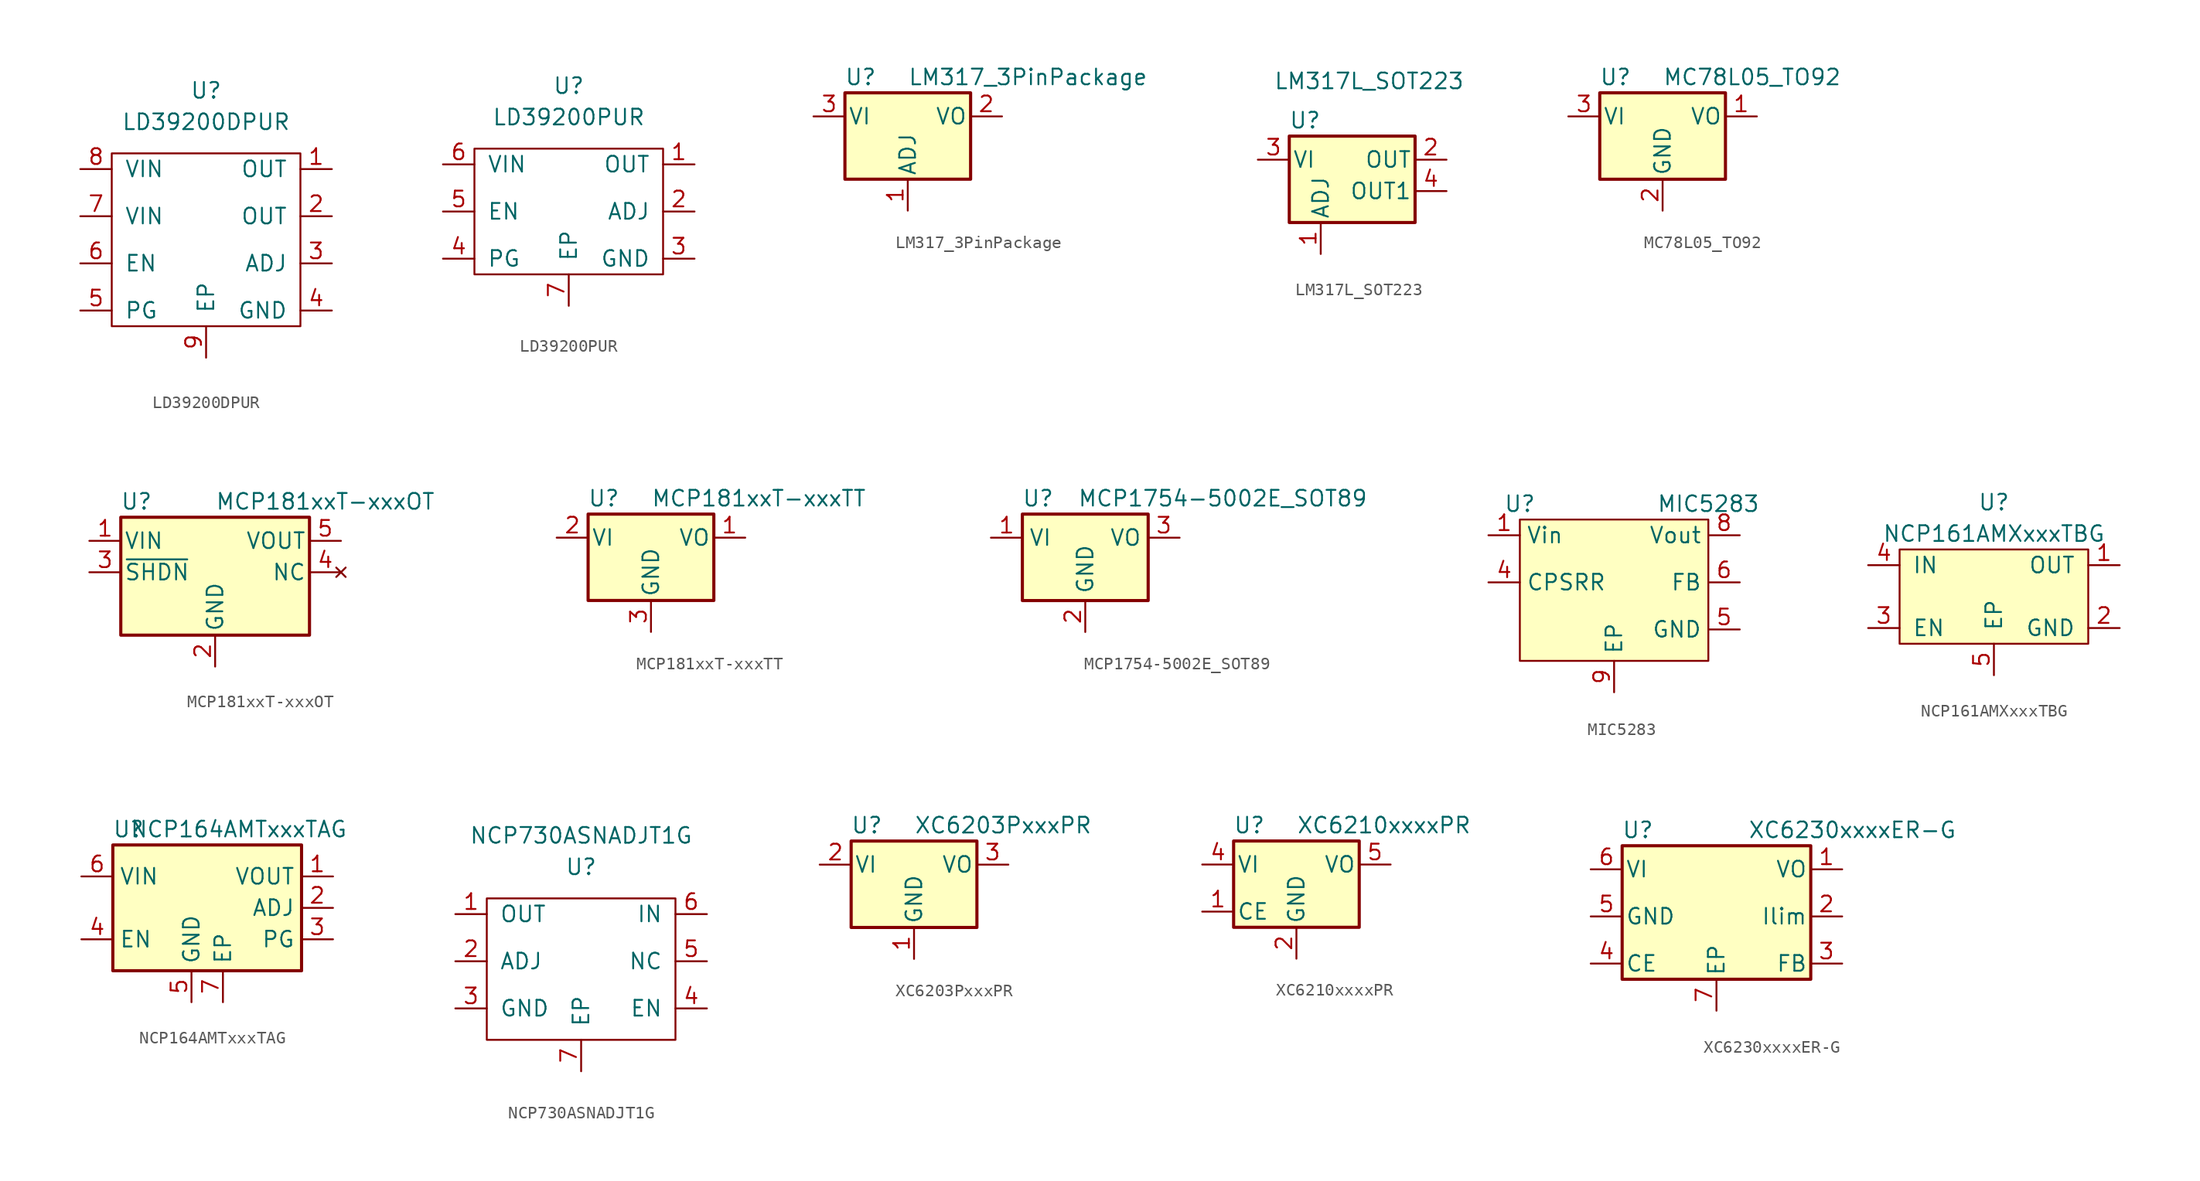
<source format=kicad_sym>
(kicad_symbol_lib
  (version 20211014)
  (generator kicad_symbol_editor)
  (symbol "LD39200DPUR"
    (pin_names
      (offset 1.016))
    (property "Reference" "U"
      (at 0 12.065 0)
      (effects (font (size 1.27 1.27))))
    (property "Value" "LD39200DPUR"
      (at 0 9.525 0)
      (effects (font (size 1.27 1.27))))
    (symbol "LD39200DPUR_0_1"
      (rectangle (start -7.62 6.985) (end 7.62 -6.985) (stroke (width 0) (type default) (color 0 0 0 0)) (fill (type none))))
    (symbol "LD39200DPUR_1_1"
      (pin input line (at 10.16 5.715 180) (length 2.54) (name "OUT" (effects (font (size 1.27 1.27)))) (number "1" (effects (font (size 1.27 1.27)))))
      (pin input line (at 10.16 1.905 180) (length 2.54) (name "OUT" (effects (font (size 1.27 1.27)))) (number "2" (effects (font (size 1.27 1.27)))))
      (pin input line (at 10.16 -1.905 180) (length 2.54) (name "ADJ" (effects (font (size 1.27 1.27)))) (number "3" (effects (font (size 1.27 1.27)))))
      (pin input line (at 10.16 -5.715 180) (length 2.54) (name "GND" (effects (font (size 1.27 1.27)))) (number "4" (effects (font (size 1.27 1.27)))))
      (pin input line (at -10.16 -5.715 0) (length 2.54) (name "PG" (effects (font (size 1.27 1.27)))) (number "5" (effects (font (size 1.27 1.27)))))
      (pin input line (at -10.16 -1.905 0) (length 2.54) (name "EN" (effects (font (size 1.27 1.27)))) (number "6" (effects (font (size 1.27 1.27)))))
      (pin input line (at -10.16 1.905 0) (length 2.54) (name "VIN" (effects (font (size 1.27 1.27)))) (number "7" (effects (font (size 1.27 1.27)))))
      (pin input line (at -10.16 5.715 0) (length 2.54) (name "VIN" (effects (font (size 1.27 1.27)))) (number "8" (effects (font (size 1.27 1.27)))))
      (pin input line (at 0 -9.525 90) (length 2.54) (name "EP" (effects (font (size 1.27 1.27)))) (number "9" (effects (font (size 1.27 1.27)))))))
  (symbol "LD39200PUR"
    (pin_names
      (offset 1.016))
    (property "Reference" "U"
      (at 0 10.16 0)
      (effects (font (size 1.27 1.27))))
    (property "Value" "LD39200PUR"
      (at 0 7.62 0)
      (effects (font (size 1.27 1.27))))
    (symbol "LD39200PUR_0_1"
      (rectangle (start -7.62 5.08) (end 7.62 -5.08) (stroke (width 0) (type default) (color 0 0 0 0)) (fill (type none))))
    (symbol "LD39200PUR_1_1"
      (pin input line (at 10.16 3.81 180) (length 2.54) (name "OUT" (effects (font (size 1.27 1.27)))) (number "1" (effects (font (size 1.27 1.27)))))
      (pin input line (at 10.16 0 180) (length 2.54) (name "ADJ" (effects (font (size 1.27 1.27)))) (number "2" (effects (font (size 1.27 1.27)))))
      (pin input line (at 10.16 -3.81 180) (length 2.54) (name "GND" (effects (font (size 1.27 1.27)))) (number "3" (effects (font (size 1.27 1.27)))))
      (pin input line (at -10.16 -3.81 0) (length 2.54) (name "PG" (effects (font (size 1.27 1.27)))) (number "4" (effects (font (size 1.27 1.27)))))
      (pin input line (at -10.16 0 0) (length 2.54) (name "EN" (effects (font (size 1.27 1.27)))) (number "5" (effects (font (size 1.27 1.27)))))
      (pin input line (at -10.16 3.81 0) (length 2.54) (name "VIN" (effects (font (size 1.27 1.27)))) (number "6" (effects (font (size 1.27 1.27)))))
      (pin input line (at 0 -7.62 90) (length 2.54) (name "EP" (effects (font (size 1.27 1.27)))) (number "7" (effects (font (size 1.27 1.27)))))))
  (symbol "LM317_3PinPackage"
    (pin_names
      (offset 0.254))
    (property "Reference" "U"
      (at -3.81 3.175 0)
      (effects (font (size 1.27 1.27))))
    (property "Value" "LM317_3PinPackage"
      (at 0 3.175 0)
      (effects (font (size 1.27 1.27)) (justify left)))
    (symbol "LM317_3PinPackage_0_1"
      (rectangle (start -5.08 1.905) (end 5.08 -5.08) (stroke (width 0.254) (type default) (color 0 0 0 0)) (fill (type background))))
    (symbol "LM317_3PinPackage_1_1"
      (pin input line (at 0 -7.62 90) (length 2.54) (name "ADJ" (effects (font (size 1.27 1.27)))) (number "1" (effects (font (size 1.27 1.27)))))
      (pin power_out line (at 7.62 0 180) (length 2.54) (name "VO" (effects (font (size 1.27 1.27)))) (number "2" (effects (font (size 1.27 1.27)))))
      (pin power_in line (at -7.62 0 0) (length 2.54) (name "VI" (effects (font (size 1.27 1.27)))) (number "3" (effects (font (size 1.27 1.27)))))))
  (symbol "LM317L_SOT223"
    (pin_names
      (offset 0.254))
    (property "Reference" "U"
      (at -3.81 3.175 0)
      (effects (font (size 1.27 1.27))))
    (property "Value" "LM317L_SOT223"
      (at -6.35 6.35 0)
      (effects (font (size 1.27 1.27)) (justify left)))
    (symbol "LM317L_SOT223_0_1"
      (rectangle (start -5.08 1.905) (end 5.08 -5.08) (stroke (width 0.254) (type default) (color 0 0 0 0)) (fill (type background))))
    (symbol "LM317L_SOT223_1_1"
      (pin input line (at -2.54 -7.62 90) (length 2.54) (name "ADJ" (effects (font (size 1.27 1.27)))) (number "1" (effects (font (size 1.27 1.27)))))
      (pin input line (at 7.62 0 180) (length 2.54) (name "OUT" (effects (font (size 1.27 1.27)))) (number "2" (effects (font (size 1.27 1.27)))))
      (pin power_in line (at -7.62 0 0) (length 2.54) (name "VI" (effects (font (size 1.27 1.27)))) (number "3" (effects (font (size 1.27 1.27)))))
      (pin input line (at 7.62 -2.54 180) (length 2.54) (name "OUT1" (effects (font (size 1.27 1.27)))) (number "4" (effects (font (size 1.27 1.27)))))))
  (symbol "MC78L05_TO92"
    (pin_names
      (offset 0.254))
    (property "Reference" "U"
      (at -3.81 3.175 0)
      (effects (font (size 1.27 1.27))))
    (property "Value" "MC78L05_TO92"
      (at 0 3.175 0)
      (effects (font (size 1.27 1.27)) (justify left)))
    (symbol "MC78L05_TO92_0_1"
      (rectangle (start -5.08 -5.08) (end 5.08 1.905) (stroke (width 0.254) (type default) (color 0 0 0 0)) (fill (type background))))
    (symbol "MC78L05_TO92_1_1"
      (pin power_out line (at 7.62 0 180) (length 2.54) (name "VO" (effects (font (size 1.27 1.27)))) (number "1" (effects (font (size 1.27 1.27)))))
      (pin power_in line (at 0 -7.62 90) (length 2.54) (name "GND" (effects (font (size 1.27 1.27)))) (number "2" (effects (font (size 1.27 1.27)))))
      (pin power_in line (at -7.62 0 0) (length 2.54) (name "VI" (effects (font (size 1.27 1.27)))) (number "3" (effects (font (size 1.27 1.27)))))))
  (symbol "MCP181xxT-xxxOT"
    (pin_names
      (offset 0.254))
    (property "Reference" "U"
      (at -6.35 5.715 0)
      (effects (font (size 1.27 1.27))))
    (property "Value" "MCP181xxT-xxxOT"
      (at 0 5.715 0)
      (effects (font (size 1.27 1.27)) (justify left)))
    (symbol "MCP181xxT-xxxOT_0_1"
      (rectangle (start -7.62 -5.08) (end 7.62 4.445) (stroke (width 0.254) (type default) (color 0 0 0 0)) (fill (type background))))
    (symbol "MCP181xxT-xxxOT_1_1"
      (pin power_in line (at -10.16 2.54 0) (length 2.54) (name "VIN" (effects (font (size 1.27 1.27)))) (number "1" (effects (font (size 1.27 1.27)))))
      (pin power_in line (at 0 -7.62 90) (length 2.54) (name "GND" (effects (font (size 1.27 1.27)))) (number "2" (effects (font (size 1.27 1.27)))))
      (pin input line (at -10.16 0 0) (length 2.54) (name "~{SHDN}" (effects (font (size 1.27 1.27)))) (number "3" (effects (font (size 1.27 1.27)))))
      (pin no_connect line (at 10.16 0 180) (length 2.54) (name "NC" (effects (font (size 1.27 1.27)))) (number "4" (effects (font (size 1.27 1.27)))))
      (pin power_out line (at 10.16 2.54 180) (length 2.54) (name "VOUT" (effects (font (size 1.27 1.27)))) (number "5" (effects (font (size 1.27 1.27)))))))
  (symbol "MCP181xxT-xxxTT"
    (pin_names
      (offset 0.254))
    (property "Reference" "U"
      (at -3.81 3.175 0)
      (effects (font (size 1.27 1.27))))
    (property "Value" "MCP181xxT-xxxTT"
      (at 0 3.175 0)
      (effects (font (size 1.27 1.27)) (justify left)))
    (symbol "MCP181xxT-xxxTT_0_1"
      (rectangle (start -5.08 -5.08) (end 5.08 1.905) (stroke (width 0.254) (type default) (color 0 0 0 0)) (fill (type background))))
    (symbol "MCP181xxT-xxxTT_1_1"
      (pin power_out line (at 7.62 0 180) (length 2.54) (name "VO" (effects (font (size 1.27 1.27)))) (number "1" (effects (font (size 1.27 1.27)))))
      (pin power_in line (at -7.62 0 0) (length 2.54) (name "VI" (effects (font (size 1.27 1.27)))) (number "2" (effects (font (size 1.27 1.27)))))
      (pin power_in line (at 0 -7.62 90) (length 2.54) (name "GND" (effects (font (size 1.27 1.27)))) (number "3" (effects (font (size 1.27 1.27)))))))
  (symbol "MCP1754-5002E_SOT89"
    (property "Reference" "U"
      (at -3.81 3.175 0)
      (effects (font (size 1.27 1.27))))
    (property "Value" "MCP1754-5002E_SOT89"
      (at -0.635 3.175 0)
      (effects (font (size 1.27 1.27)) (justify left)))
    (symbol "MCP1754-5002E_SOT89_0_1"
      (rectangle (start -5.08 -5.08) (end 5.08 1.905) (stroke (width 0.254) (type default) (color 0 0 0 0)) (fill (type background))))
    (symbol "MCP1754-5002E_SOT89_1_1"
      (pin power_in line (at -7.62 0 0) (length 2.54) (name "VI" (effects (font (size 1.27 1.27)))) (number "1" (effects (font (size 1.27 1.27)))))
      (pin power_in line (at 0 -7.62 90) (length 2.54) (name "GND" (effects (font (size 1.27 1.27)))) (number "2" (effects (font (size 1.27 1.27)))))
      (pin power_out line (at 7.62 0 180) (length 2.54) (name "VO" (effects (font (size 1.27 1.27)))) (number "3" (effects (font (size 1.27 1.27)))))))
  (symbol "MIC5283"
    (property "Reference" "U"
      (at -7.62 6.35 0)
      (effects (font (size 1.27 1.27))))
    (property "Value" "MIC5283"
      (at 7.62 6.35 0)
      (effects (font (size 1.27 1.27))))
    (symbol "MIC5283_0_1"
      (rectangle (start -7.62 5.08) (end 7.62 -6.35) (stroke (width 0.152) (type default) (color 0 0 0 0)) (fill (type background))))
    (symbol "MIC5283_1_1"
      (pin power_in line (at -10.16 3.81 0) (length 2.54) (name "Vin" (effects (font (size 1.27 1.27)))) (number "1" (effects (font (size 1.27 1.27)))))
      (pin power_in line (at -10.16 0 0) (length 2.54) (name "CPSRR" (effects (font (size 1.27 1.27)))) (number "4" (effects (font (size 1.27 1.27)))))
      (pin power_in line (at 10.16 -3.81 180) (length 2.54) (name "GND" (effects (font (size 1.27 1.27)))) (number "5" (effects (font (size 1.27 1.27)))))
      (pin power_in line (at 10.16 0 180) (length 2.54) (name "FB" (effects (font (size 1.27 1.27)))) (number "6" (effects (font (size 1.27 1.27)))))
      (pin power_in line (at 10.16 3.81 180) (length 2.54) (name "Vout" (effects (font (size 1.27 1.27)))) (number "8" (effects (font (size 1.27 1.27)))))
      (pin power_in line (at 0 -8.89 90) (length 2.54) (name "EP" (effects (font (size 1.27 1.27)))) (number "9" (effects (font (size 1.27 1.27)))))))
  (symbol "NCP161AMXxxxTBG"
    (pin_names
      (offset 1.016))
    (property "Reference" "U"
      (at 0 7.62 0)
      (effects (font (size 1.27 1.27))))
    (property "Value" "NCP161AMXxxxTBG"
      (at 0 5.08 0)
      (effects (font (size 1.27 1.27))))
    (symbol "NCP161AMXxxxTBG_0_1"
      (rectangle (start -7.62 3.81) (end 7.62 -3.81) (stroke (width 0) (type default) (color 0 0 0 0)) (fill (type background))))
    (symbol "NCP161AMXxxxTBG_1_1"
      (pin input line (at 10.16 2.54 180) (length 2.54) (name "OUT" (effects (font (size 1.27 1.27)))) (number "1" (effects (font (size 1.27 1.27)))))
      (pin input line (at 10.16 -2.54 180) (length 2.54) (name "GND" (effects (font (size 1.27 1.27)))) (number "2" (effects (font (size 1.27 1.27)))))
      (pin input line (at -10.16 -2.54 0) (length 2.54) (name "EN" (effects (font (size 1.27 1.27)))) (number "3" (effects (font (size 1.27 1.27)))))
      (pin input line (at -10.16 2.54 0) (length 2.54) (name "IN" (effects (font (size 1.27 1.27)))) (number "4" (effects (font (size 1.27 1.27)))))
      (pin input line (at 0 -6.35 90) (length 2.54) (name "EP" (effects (font (size 1.27 1.27)))) (number "5" (effects (font (size 1.27 1.27)))))))
  (symbol "NCP164AMTxxxTAG"
    (property "Reference" "U"
      (at -6.35 6.35 0)
      (effects (font (size 1.27 1.27))))
    (property "Value" "NCP164AMTxxxTAG"
      (at 2.54 6.35 0)
      (effects (font (size 1.27 1.27))))
    (symbol "NCP164AMTxxxTAG_1_1"
      (rectangle (start -7.62 5.08) (end 7.62 -5.08) (stroke (width 0.254) (type default) (color 0 0 0 0)) (fill (type background)))
      (pin power_out line (at 10.16 2.54 180) (length 2.54) (name "VOUT" (effects (font (size 1.27 1.27)))) (number "1" (effects (font (size 1.27 1.27)))))
      (pin input line (at 10.16 0 180) (length 2.54) (name "ADJ" (effects (font (size 1.27 1.27)))) (number "2" (effects (font (size 1.27 1.27)))))
      (pin output line (at 10.16 -2.54 180) (length 2.54) (name "PG" (effects (font (size 1.27 1.27)))) (number "3" (effects (font (size 1.27 1.27)))))
      (pin input line (at -10.16 -2.54 0) (length 2.54) (name "EN" (effects (font (size 1.27 1.27)))) (number "4" (effects (font (size 1.27 1.27)))))
      (pin power_in line (at -1.27 -7.62 90) (length 2.54) (name "GND" (effects (font (size 1.27 1.27)))) (number "5" (effects (font (size 1.27 1.27)))))
      (pin power_in line (at -10.16 2.54 0) (length 2.54) (name "VIN" (effects (font (size 1.27 1.27)))) (number "6" (effects (font (size 1.27 1.27)))))
      (pin power_in line (at 1.27 -7.62 90) (length 2.54) (name "EP" (effects (font (size 1.27 1.27)))) (number "7" (effects (font (size 1.27 1.27)))))))
  (symbol "NCP730ASNADJT1G"
    (pin_names
      (offset 1.016))
    (property "Reference" "U"
      (at 0 7.62 0)
      (effects (font (size 1.27 1.27))))
    (property "Value" "NCP730ASNADJT1G"
      (at 0 10.16 0)
      (effects (font (size 1.27 1.27))))
    (symbol "NCP730ASNADJT1G_0_1"
      (rectangle (start 7.62 5.08) (end -7.62 -6.35) (stroke (width 0) (type default) (color 0 0 0 0)) (fill (type none))))
    (symbol "NCP730ASNADJT1G_1_1"
      (pin input line (at -10.16 3.81 0) (length 2.54) (name "OUT" (effects (font (size 1.27 1.27)))) (number "1" (effects (font (size 1.27 1.27)))))
      (pin input line (at -10.16 0 0) (length 2.54) (name "ADJ" (effects (font (size 1.27 1.27)))) (number "2" (effects (font (size 1.27 1.27)))))
      (pin input line (at -10.16 -3.81 0) (length 2.54) (name "GND" (effects (font (size 1.27 1.27)))) (number "3" (effects (font (size 1.27 1.27)))))
      (pin input line (at 10.16 -3.81 180) (length 2.54) (name "EN" (effects (font (size 1.27 1.27)))) (number "4" (effects (font (size 1.27 1.27)))))
      (pin input line (at 10.16 0 180) (length 2.54) (name "NC" (effects (font (size 1.27 1.27)))) (number "5" (effects (font (size 1.27 1.27)))))
      (pin input line (at 10.16 3.81 180) (length 2.54) (name "IN" (effects (font (size 1.27 1.27)))) (number "6" (effects (font (size 1.27 1.27)))))
      (pin input line (at 0 -8.89 90) (length 2.54) (name "EP" (effects (font (size 1.27 1.27)))) (number "7" (effects (font (size 1.27 1.27)))))))
  (symbol "XC6203PxxxPR"
    (pin_names
      (offset 0.254))
    (property "Reference" "U"
      (at -3.81 3.175 0)
      (effects (font (size 1.27 1.27))))
    (property "Value" "XC6203PxxxPR"
      (at 0 3.175 0)
      (effects (font (size 1.27 1.27)) (justify left)))
    (symbol "XC6203PxxxPR_0_1"
      (rectangle (start -5.08 1.905) (end 5.08 -5.08) (stroke (width 0.254) (type default) (color 0 0 0 0)) (fill (type background))))
    (symbol "XC6203PxxxPR_1_1"
      (pin power_in line (at 0 -7.62 90) (length 2.54) (name "GND" (effects (font (size 1.27 1.27)))) (number "1" (effects (font (size 1.27 1.27)))))
      (pin power_in line (at -7.62 0 0) (length 2.54) (name "VI" (effects (font (size 1.27 1.27)))) (number "2" (effects (font (size 1.27 1.27)))))
      (pin power_out line (at 7.62 0 180) (length 2.54) (name "VO" (effects (font (size 1.27 1.27)))) (number "3" (effects (font (size 1.27 1.27)))))))
  (symbol "XC6210xxxxPR"
    (pin_names
      (offset 0.254))
    (property "Reference" "U"
      (at -3.81 3.175 0)
      (effects (font (size 1.27 1.27))))
    (property "Value" "XC6210xxxxPR"
      (at 0 3.175 0)
      (effects (font (size 1.27 1.27)) (justify left)))
    (symbol "XC6210xxxxPR_0_1"
      (rectangle (start -5.08 1.905) (end 5.08 -5.08) (stroke (width 0.254) (type default) (color 0 0 0 0)) (fill (type background))))
    (symbol "XC6210xxxxPR_1_1"
      (pin power_in line (at -7.62 -3.81 0) (length 2.54) (name "CE" (effects (font (size 1.27 1.27)))) (number "1" (effects (font (size 1.27 1.27)))))
      (pin power_in line (at 0 -7.62 90) (length 2.54) (name "GND" (effects (font (size 1.27 1.27)))) (number "2" (effects (font (size 1.27 1.27)))))
      (pin power_in line (at -7.62 0 0) (length 2.54) (name "VI" (effects (font (size 1.27 1.27)))) (number "4" (effects (font (size 1.27 1.27)))))
      (pin power_out line (at 7.62 0 180) (length 2.54) (name "VO" (effects (font (size 1.27 1.27)))) (number "5" (effects (font (size 1.27 1.27)))))))
  (symbol "XC6230xxxxER-G"
    (pin_names
      (offset 0.254))
    (property "Reference" "U"
      (at -6.35 6.985 0)
      (effects (font (size 1.27 1.27))))
    (property "Value" "XC6230xxxxER-G"
      (at 2.54 6.985 0)
      (effects (font (size 1.27 1.27)) (justify left)))
    (symbol "XC6230xxxxER-G_0_1"
      (rectangle (start -7.62 5.715) (end 7.62 -5.08) (stroke (width 0.254) (type default) (color 0 0 0 0)) (fill (type background))))
    (symbol "XC6230xxxxER-G_1_1"
      (pin power_out line (at 10.16 3.81 180) (length 2.54) (name "VO" (effects (font (size 1.27 1.27)))) (number "1" (effects (font (size 1.27 1.27)))))
      (pin power_in line (at 10.16 0 180) (length 2.54) (name "Ilim" (effects (font (size 1.27 1.27)))) (number "2" (effects (font (size 1.27 1.27)))))
      (pin power_out line (at 10.16 -3.81 180) (length 2.54) (name "FB" (effects (font (size 1.27 1.27)))) (number "3" (effects (font (size 1.27 1.27)))))
      (pin power_in line (at -10.16 -3.81 0) (length 2.54) (name "CE" (effects (font (size 1.27 1.27)))) (number "4" (effects (font (size 1.27 1.27)))))
      (pin power_in line (at -10.16 0 0) (length 2.54) (name "GND" (effects (font (size 1.27 1.27)))) (number "5" (effects (font (size 1.27 1.27)))))
      (pin power_in line (at -10.16 3.81 0) (length 2.54) (name "VI" (effects (font (size 1.27 1.27)))) (number "6" (effects (font (size 1.27 1.27)))))
      (pin power_in line (at 0 -7.62 90) (length 2.54) (name "EP" (effects (font (size 1.27 1.27)))) (number "7" (effects (font (size 1.27 1.27))))))))
</source>
